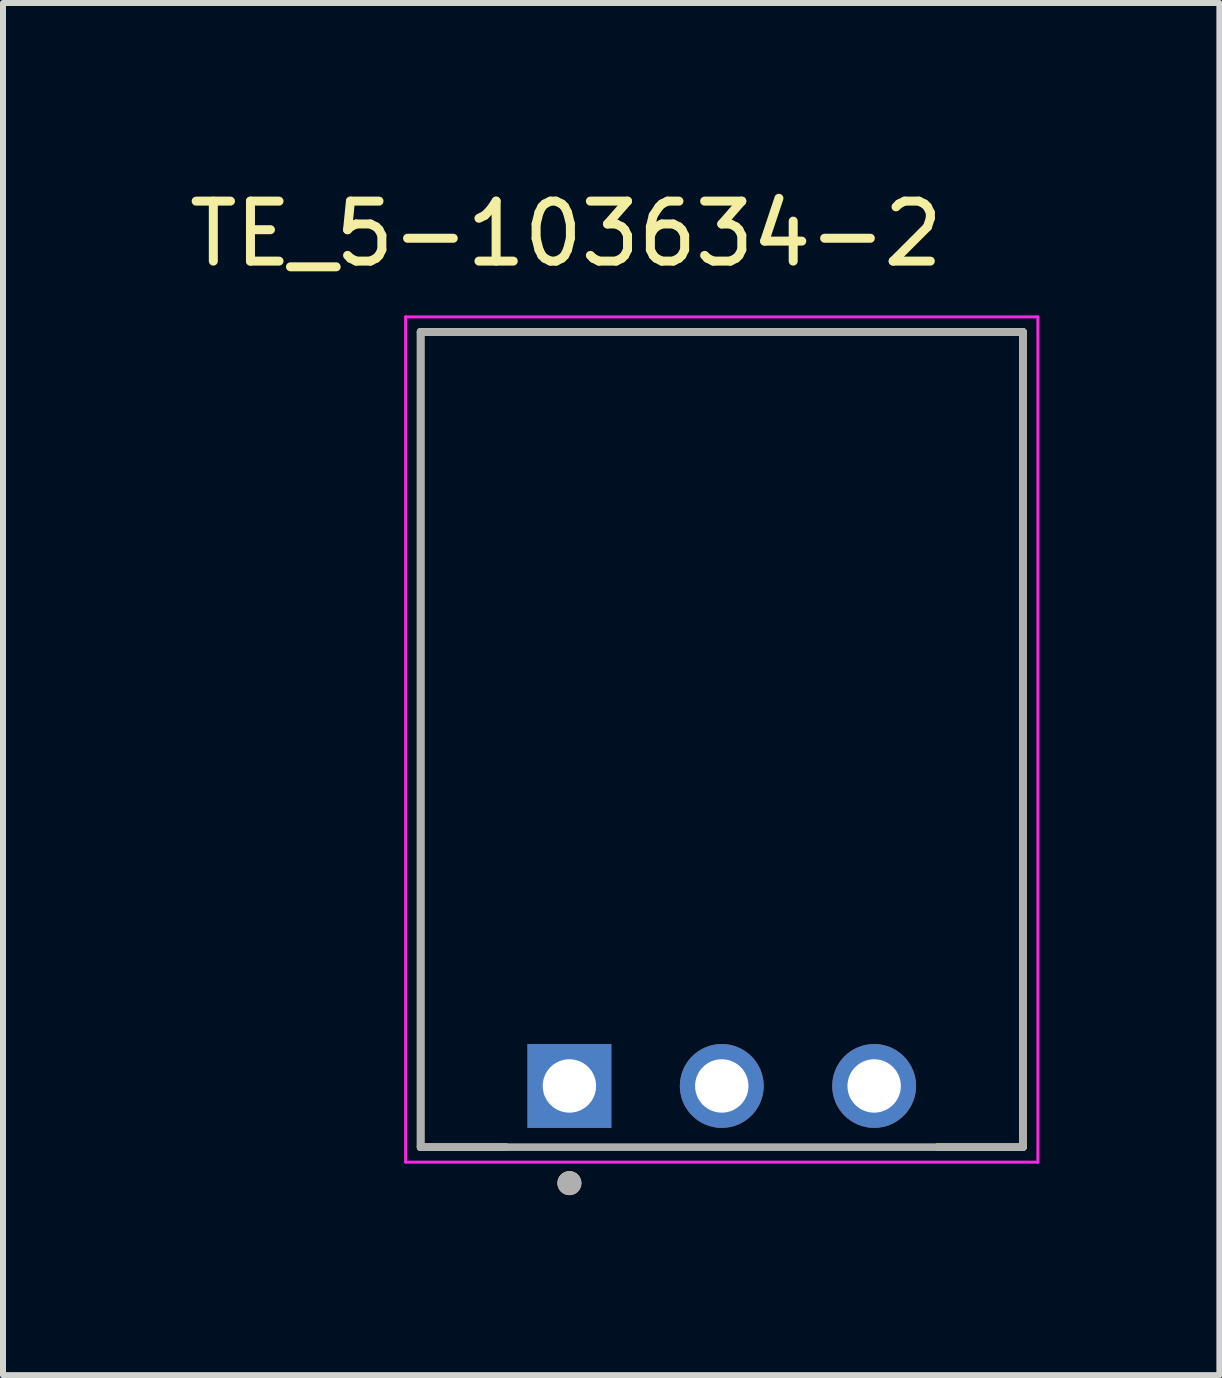
<source format=kicad_pcb>
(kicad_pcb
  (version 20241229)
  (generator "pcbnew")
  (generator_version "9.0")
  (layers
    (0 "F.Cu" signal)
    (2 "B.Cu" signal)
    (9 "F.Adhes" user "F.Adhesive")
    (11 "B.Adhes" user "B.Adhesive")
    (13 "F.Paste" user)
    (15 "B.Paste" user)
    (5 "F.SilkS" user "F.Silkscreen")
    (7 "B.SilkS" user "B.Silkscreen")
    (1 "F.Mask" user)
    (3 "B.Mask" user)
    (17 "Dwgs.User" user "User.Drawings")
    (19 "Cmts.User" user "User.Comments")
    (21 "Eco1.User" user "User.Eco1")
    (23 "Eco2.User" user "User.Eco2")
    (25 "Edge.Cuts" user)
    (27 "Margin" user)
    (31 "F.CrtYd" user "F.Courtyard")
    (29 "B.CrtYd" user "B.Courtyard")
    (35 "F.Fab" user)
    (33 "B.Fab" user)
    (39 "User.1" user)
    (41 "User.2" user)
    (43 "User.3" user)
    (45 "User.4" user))
  (footprint "TE_5-103634-2"
    (layer "F.Cu")
    (at 8.982 15.053)
    (property "Reference" "TE_5-103634-2" (at -2.595 -14.205 0) (layer "F.SilkS") (effects (font (size 1 1) (thickness 0.15))))
    (attr through_hole)
    (fp_line (start -5.02 -12.57) (end 5.02 -12.57) (stroke (width 0.127) (type solid)) (layer "F.SilkS"))
    (fp_line (start -5.02 1.02) (end -5.02 -12.57) (stroke (width 0.127) (type solid)) (layer "F.SilkS"))
    (fp_line (start -5.02 1.02) (end -3.596 1.02) (stroke (width 0.127) (type solid)) (layer "F.SilkS"))
    (fp_line (start 3.596 1.02) (end 5.02 1.02) (stroke (width 0.127) (type solid)) (layer "F.SilkS"))
    (fp_line (start 5.02 -12.57) (end 5.02 1.02) (stroke (width 0.127) (type solid)) (layer "F.SilkS"))
    (fp_circle (center -2.54 1.62) (end -2.44 1.62) (stroke (width 0.2) (type solid)) (fill no) (layer "F.SilkS"))
    (fp_line (start -5.27 -12.82) (end 5.27 -12.82) (stroke (width 0.05) (type solid)) (layer "F.CrtYd"))
    (fp_line (start -5.27 1.27) (end -5.27 -12.82) (stroke (width 0.05) (type solid)) (layer "F.CrtYd"))
    (fp_line (start 5.27 -12.82) (end 5.27 1.27) (stroke (width 0.05) (type solid)) (layer "F.CrtYd"))
    (fp_line (start 5.27 1.27) (end -5.27 1.27) (stroke (width 0.05) (type solid)) (layer "F.CrtYd"))
    (fp_line (start -5.02 -12.57) (end 5.02 -12.57) (stroke (width 0.127) (type solid)) (layer "F.Fab"))
    (fp_line (start -5.02 1.02) (end -5.02 -12.57) (stroke (width 0.127) (type solid)) (layer "F.Fab"))
    (fp_line (start 5.02 -12.57) (end 5.02 1.02) (stroke (width 0.127) (type solid)) (layer "F.Fab"))
    (fp_line (start 5.02 1.02) (end -5.02 1.02) (stroke (width 0.127) (type solid)) (layer "F.Fab"))
    (fp_circle (center -2.54 1.62) (end -2.44 1.62) (stroke (width 0.2) (type solid)) (fill no) (layer "F.Fab"))
    (pad "1" thru_hole rect (at -2.54 0) (size 1.398 1.398) (drill 0.89) (layers "*.Cu" "*.Mask"))
    (pad "2" thru_hole circle (at 0 0) (size 1.398 1.398) (drill 0.89) (layers "*.Cu" "*.Mask"))
    (pad "3" thru_hole circle (at 2.54 0) (size 1.398 1.398) (drill 0.89) (layers "*.Cu" "*.Mask")))
  (gr_rect
    (start -3 -3)
    (end 17.277 19.873)
    (stroke (width 0.1) (type default))
    (fill no)
    (layer "Edge.Cuts")))
</source>
